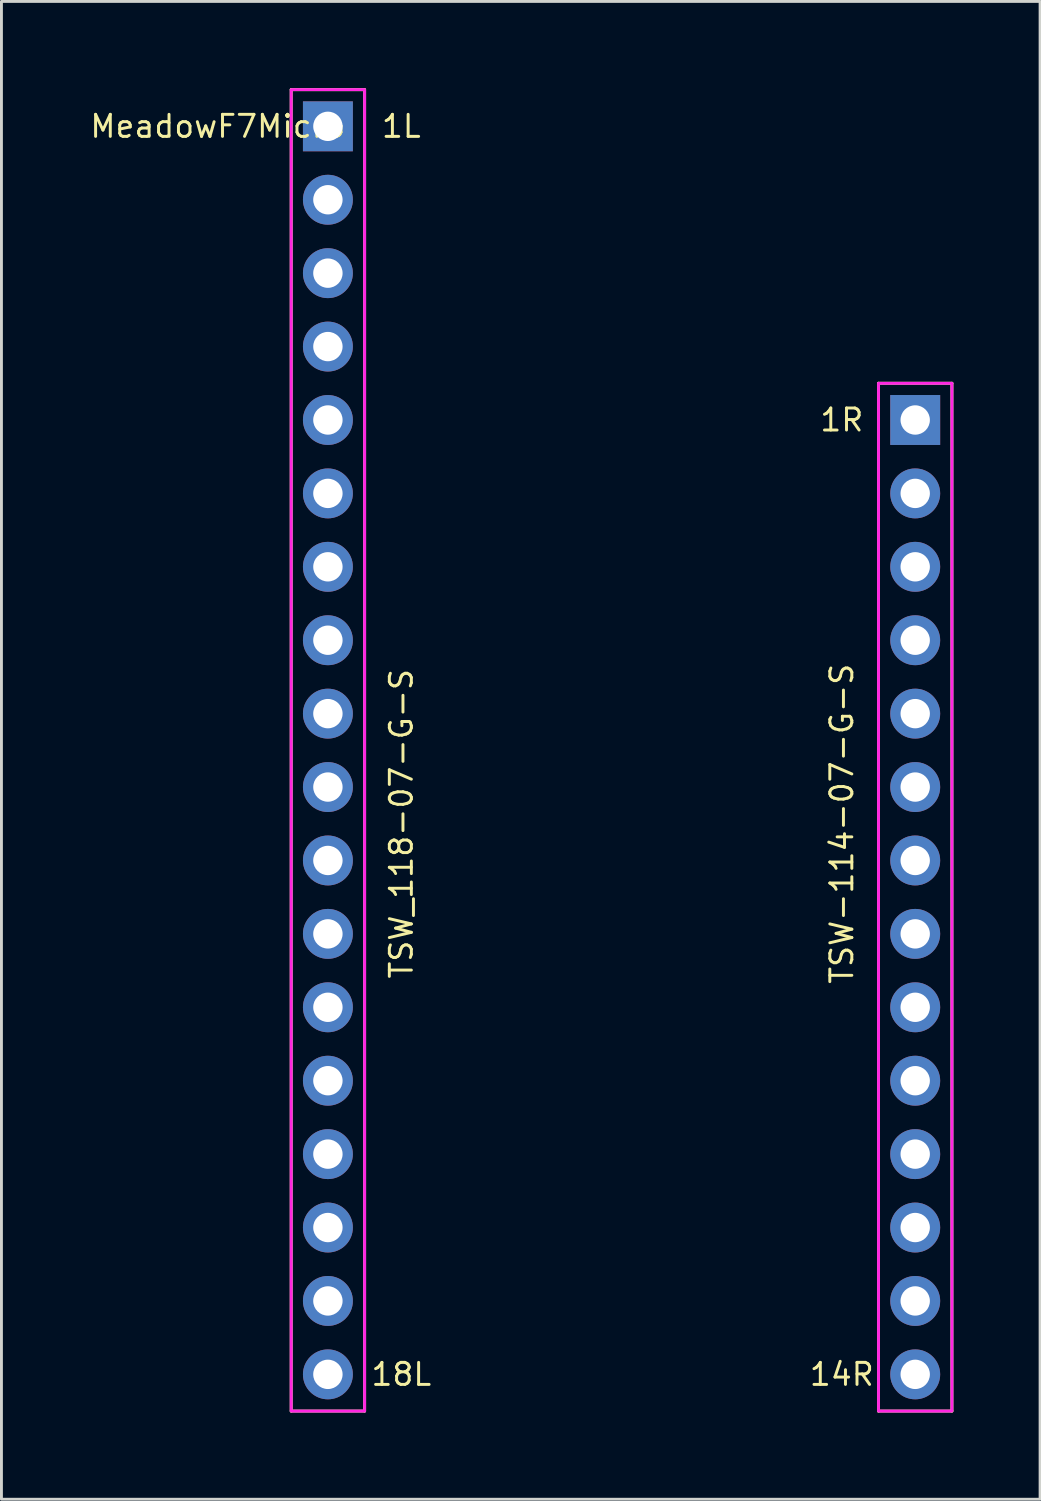
<source format=kicad_pcb>
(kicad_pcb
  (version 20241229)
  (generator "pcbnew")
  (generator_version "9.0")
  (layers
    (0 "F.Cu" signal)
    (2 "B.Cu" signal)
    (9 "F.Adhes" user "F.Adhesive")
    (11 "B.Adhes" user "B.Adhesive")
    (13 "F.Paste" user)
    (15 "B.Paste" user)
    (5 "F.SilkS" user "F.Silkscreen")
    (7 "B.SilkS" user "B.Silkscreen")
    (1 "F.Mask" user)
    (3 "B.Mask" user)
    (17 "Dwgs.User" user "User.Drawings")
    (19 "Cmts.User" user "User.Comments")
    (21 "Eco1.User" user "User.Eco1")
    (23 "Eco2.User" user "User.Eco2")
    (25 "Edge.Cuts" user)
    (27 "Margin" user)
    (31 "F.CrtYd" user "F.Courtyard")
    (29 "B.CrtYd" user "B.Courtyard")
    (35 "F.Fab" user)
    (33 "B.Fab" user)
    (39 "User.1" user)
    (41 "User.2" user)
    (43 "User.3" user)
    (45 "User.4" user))
  (footprint "MeadowF7Micro"
    (layer "F.Cu")
    (at 8.295 1.321)
    (property "Reference" "MeadowF7Micro" (at -3.81 0 0) (layer "F.SilkS") (effects (font (size 0.762 0.762) (thickness 0.102))))
    (attr through_hole)
    (fp_line (start -1.27 -1.27) (end -1.27 44.45) (stroke (width 0.102) (type solid)) (layer "F.SilkS"))
    (fp_line (start -1.27 44.45) (end 1.27 44.45) (stroke (width 0.102) (type solid)) (layer "F.SilkS"))
    (fp_line (start 1.27 -1.27) (end -1.27 -1.27) (stroke (width 0.102) (type solid)) (layer "F.SilkS"))
    (fp_line (start 1.27 44.45) (end 1.27 -1.27) (stroke (width 0.102) (type solid)) (layer "F.SilkS"))
    (fp_line (start 19.05 8.89) (end 19.05 44.45) (stroke (width 0.102) (type solid)) (layer "F.SilkS"))
    (fp_line (start 19.05 44.45) (end 21.59 44.45) (stroke (width 0.102) (type solid)) (layer "F.SilkS"))
    (fp_line (start 21.59 8.89) (end 19.05 8.89) (stroke (width 0.102) (type solid)) (layer "F.SilkS"))
    (fp_line (start 21.59 44.45) (end 21.59 8.89) (stroke (width 0.102) (type solid)) (layer "F.SilkS"))
    (fp_poly (pts (xy 1.27 44.45) (xy -1.27 44.45) (xy -1.27 -1.27) (xy 1.27 -1.27)) (stroke (width 0.1) (type solid)) (fill no) (layer "F.CrtYd"))
    (fp_poly (pts (xy 21.59 44.45) (xy 19.05 44.45) (xy 19.05 8.89) (xy 21.59 8.89)) (stroke (width 0.1) (type solid)) (fill no) (layer "F.CrtYd"))
    (fp_text user "14R" (at 17.78 43.18 0) (layer "F.SilkS") (effects (font (size 0.762 0.762) (thickness 0.102))))
    (fp_text user "1R" (at 17.78 10.16 0) (layer "F.SilkS") (effects (font (size 0.762 0.762) (thickness 0.102))))
    (fp_text user "1L" (at 2.54 0 0) (layer "F.SilkS") (effects (font (size 0.762 0.762) (thickness 0.102))))
    (fp_text user "TSW-114-07-G-S" (at 17.78 24.13 90) (layer "F.SilkS") (effects (font (size 0.762 0.762) (thickness 0.102))))
    (fp_text user "TSW_118-07-G-S" (at 2.54 24.13 90) (layer "F.SilkS") (effects (font (size 0.762 0.762) (thickness 0.102))))
    (fp_text user "18L" (at 2.54 43.18 0) (layer "F.SilkS") (effects (font (size 0.762 0.762) (thickness 0.102))))
    (pad "1L" thru_hole rect (at 0 0) (size 1.727 1.727) (drill 1.016) (layers "*.Cu" "*.Mask"))
    (pad "1R" thru_hole rect (at 20.32 10.16) (size 1.727 1.727) (drill 1.016) (layers "*.Cu" "*.Mask"))
    (pad "2L" thru_hole circle (at 0 2.54) (size 1.727 1.727) (drill 1.016) (layers "*.Cu" "*.Mask"))
    (pad "2R" thru_hole circle (at 20.32 12.7) (size 1.727 1.727) (drill 1.016) (layers "*.Cu" "*.Mask"))
    (pad "3L" thru_hole circle (at 0 5.08) (size 1.727 1.727) (drill 1.016) (layers "*.Cu" "*.Mask"))
    (pad "3R" thru_hole circle (at 20.32 15.24) (size 1.727 1.727) (drill 1.016) (layers "*.Cu" "*.Mask"))
    (pad "4L" thru_hole circle (at 0 7.62) (size 1.727 1.727) (drill 1.016) (layers "*.Cu" "*.Mask"))
    (pad "4R" thru_hole circle (at 20.32 17.78) (size 1.727 1.727) (drill 1.016) (layers "*.Cu" "*.Mask"))
    (pad "5L" thru_hole circle (at 0 10.16) (size 1.727 1.727) (drill 1.016) (layers "*.Cu" "*.Mask"))
    (pad "5R" thru_hole circle (at 20.32 20.32) (size 1.727 1.727) (drill 1.016) (layers "*.Cu" "*.Mask"))
    (pad "6L" thru_hole circle (at 0 12.7) (size 1.727 1.727) (drill 1.016) (layers "*.Cu" "*.Mask"))
    (pad "6R" thru_hole circle (at 20.32 22.86) (size 1.727 1.727) (drill 1.016) (layers "*.Cu" "*.Mask"))
    (pad "7L" thru_hole circle (at 0 15.24 90) (size 1.727 1.727) (drill 1.016) (layers "*.Cu" "*.Mask"))
    (pad "7R" thru_hole circle (at 20.32 25.4 90) (size 1.727 1.727) (drill 1.016) (layers "*.Cu" "*.Mask"))
    (pad "8L" thru_hole circle (at 0 17.78 90) (size 1.727 1.727) (drill 1.016) (layers "*.Cu" "*.Mask"))
    (pad "8R" thru_hole circle (at 20.32 27.94 90) (size 1.727 1.727) (drill 1.016) (layers "*.Cu" "*.Mask"))
    (pad "9L" thru_hole circle (at 0 20.32) (size 1.727 1.727) (drill 1.016) (layers "*.Cu" "*.Mask"))
    (pad "9R" thru_hole circle (at 20.32 30.48) (size 1.727 1.727) (drill 1.016) (layers "*.Cu" "*.Mask"))
    (pad "10L" thru_hole circle (at 0 22.86) (size 1.727 1.727) (drill 1.016) (layers "*.Cu" "*.Mask"))
    (pad "10R" thru_hole circle (at 20.32 33.02) (size 1.727 1.727) (drill 1.016) (layers "*.Cu" "*.Mask"))
    (pad "11L" thru_hole circle (at 0 25.4) (size 1.727 1.727) (drill 1.016) (layers "*.Cu" "*.Mask"))
    (pad "11R" thru_hole circle (at 20.32 35.56) (size 1.727 1.727) (drill 1.016) (layers "*.Cu" "*.Mask"))
    (pad "12L" thru_hole circle (at 0 27.94) (size 1.727 1.727) (drill 1.016) (layers "*.Cu" "*.Mask"))
    (pad "12R" thru_hole circle (at 20.32 38.1) (size 1.727 1.727) (drill 1.016) (layers "*.Cu" "*.Mask"))
    (pad "13L" thru_hole circle (at 0 30.48) (size 1.727 1.727) (drill 1.016) (layers "*.Cu" "*.Mask"))
    (pad "13R" thru_hole circle (at 20.32 40.64) (size 1.727 1.727) (drill 1.016) (layers "*.Cu" "*.Mask"))
    (pad "14L" thru_hole circle (at 0 33.02) (size 1.727 1.727) (drill 1.016) (layers "*.Cu" "*.Mask"))
    (pad "14R" thru_hole circle (at 20.32 43.18) (size 1.727 1.727) (drill 1.016) (layers "*.Cu" "*.Mask"))
    (pad "15L" thru_hole circle (at 0 35.56) (size 1.727 1.727) (drill 1.016) (layers "*.Cu" "*.Mask"))
    (pad "16L" thru_hole circle (at 0 38.1) (size 1.727 1.727) (drill 1.016) (layers "*.Cu" "*.Mask"))
    (pad "17L" thru_hole circle (at 0 40.64) (size 1.727 1.727) (drill 1.016) (layers "*.Cu" "*.Mask"))
    (pad "18L" thru_hole circle (at 0 43.18) (size 1.727 1.727) (drill 1.016) (layers "*.Cu" "*.Mask")))
  (gr_rect
    (start -3 -3)
    (end 32.936 48.822)
    (stroke (width 0.1) (type default))
    (fill no)
    (layer "Edge.Cuts")))
</source>
